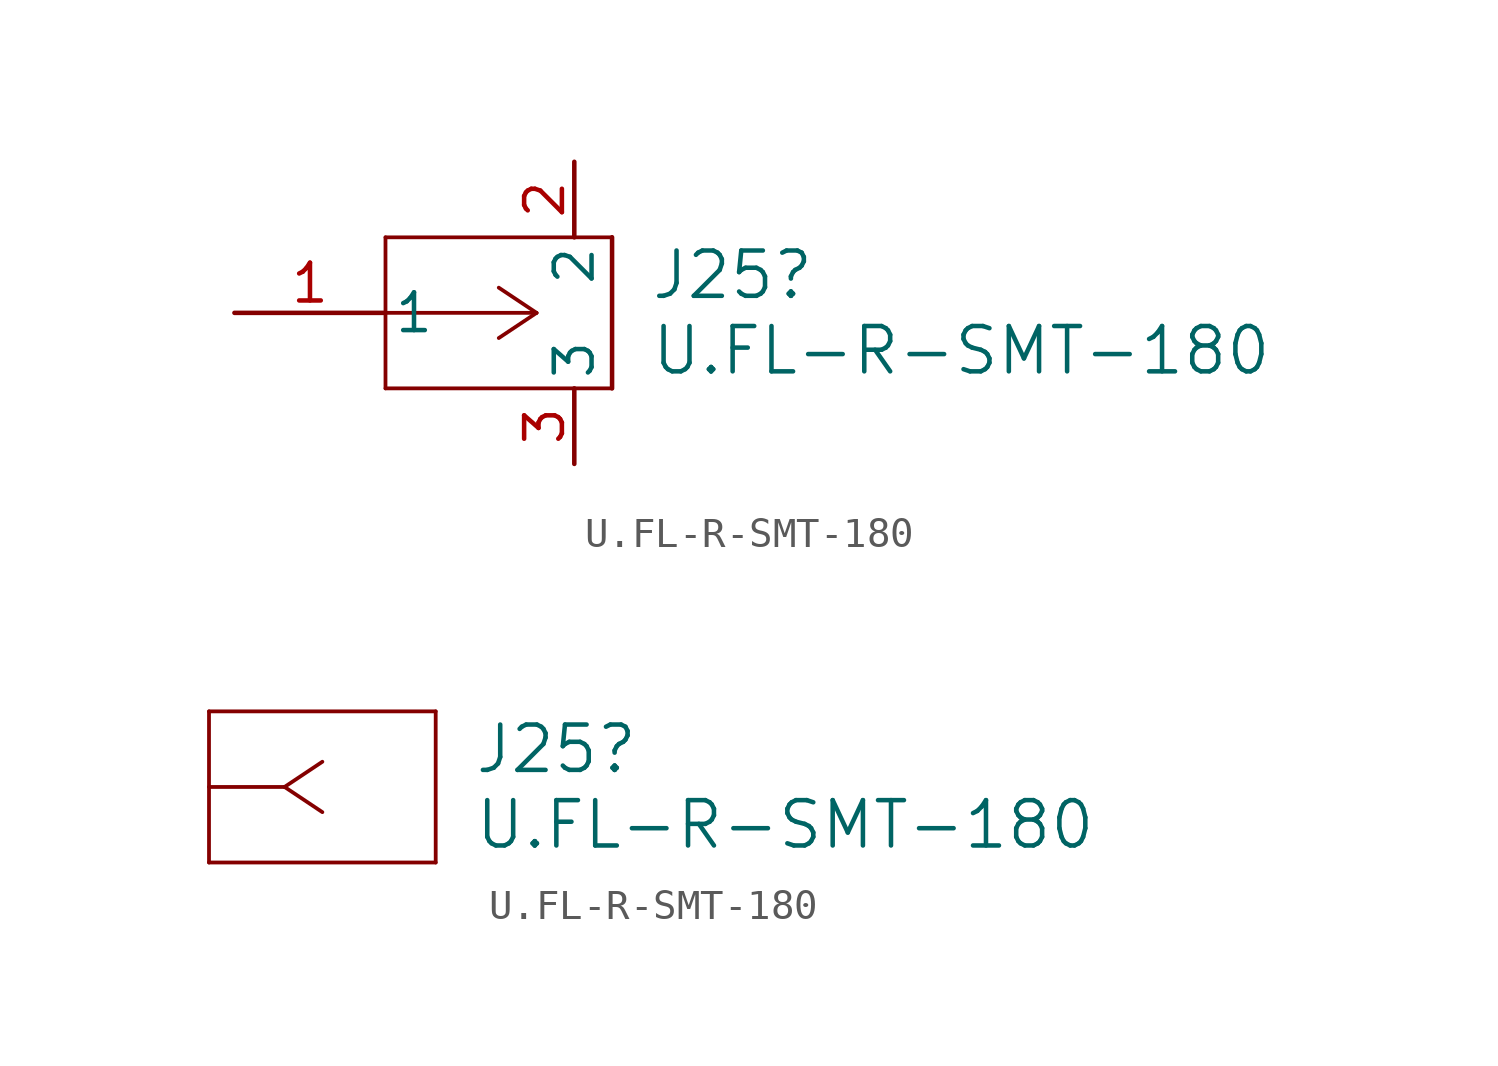
<source format=kicad_sym>
(kicad_symbol_lib
  (version 20231120)
  (generator "kicad_symbol_editor")
  (generator_version "8.0")
  (symbol "U.FL-R-SMT-180"
    (pin_names
      (offset 0.254))
    (property "Reference" "J25"
      (at 13.97 1.27 0)
      (effects (font (size 1.524 1.524)) (justify left)))
    (property "Value" "U.FL-R-SMT-180"
      (at 13.97 -1.27 0)
      (effects (font (size 1.524 1.524)) (justify left)))
    (property "ki_locked" ""
      (at 0 0 0)
      (effects (font (size 1.27 1.27))))
    (symbol "U.FL-R-SMT-180_1_1"
      (polyline (pts (xy 5.08 -2.54) (xy 12.7 -2.54)) (stroke (width 0.127) (type default)) (fill (type none)))
      (polyline (pts (xy 5.08 2.54) (xy 5.08 -2.54)) (stroke (width 0.127) (type default)) (fill (type none)))
      (polyline (pts (xy 10.16 0) (xy 5.08 0)) (stroke (width 0.127) (type default)) (fill (type none)))
      (polyline (pts (xy 10.16 0) (xy 8.89 -0.847)) (stroke (width 0.127) (type default)) (fill (type none)))
      (polyline (pts (xy 10.16 0) (xy 8.89 0.847)) (stroke (width 0.127) (type default)) (fill (type none)))
      (polyline (pts (xy 12.7 2.54) (xy 5.08 2.54)) (stroke (width 0.127) (type default)) (fill (type none)))
      (polyline (pts (xy 12.7 2.54) (xy 12.7 -2.54)) (stroke (width 0) (type default)) (fill (type none)))
      (polyline (pts (xy 12.7 2.54) (xy 12.7 2.54)) (stroke (width 0.127) (type default)) (fill (type none)))
      (pin passive line (at 0 0 0) (length 5.08) (name "1" (effects (font (size 1.27 1.27)))) (number "1" (effects (font (size 1.27 1.27)))))
      (pin passive line (at 11.43 5.08 270) (length 2.54) (name "2" (effects (font (size 1.27 1.27)))) (number "2" (effects (font (size 1.27 1.27)))))
      (pin passive line (at 11.43 -5.08 90) (length 2.54) (name "3" (effects (font (size 1.27 1.27)))) (number "3" (effects (font (size 1.27 1.27))))))
    (symbol "U.FL-R-SMT-180_1_2"
      (polyline (pts (xy 5.08 -2.54) (xy 12.7 -2.54)) (stroke (width 0.127) (type default)) (fill (type none)))
      (polyline (pts (xy 5.08 2.54) (xy 5.08 -2.54)) (stroke (width 0.127) (type default)) (fill (type none)))
      (polyline (pts (xy 7.62 0) (xy 5.08 0)) (stroke (width 0.127) (type default)) (fill (type none)))
      (polyline (pts (xy 7.62 0) (xy 8.89 -0.847)) (stroke (width 0.127) (type default)) (fill (type none)))
      (polyline (pts (xy 7.62 0) (xy 8.89 0.847)) (stroke (width 0.127) (type default)) (fill (type none)))
      (polyline (pts (xy 12.7 -2.54) (xy 12.7 2.54)) (stroke (width 0.127) (type default)) (fill (type none)))
      (polyline (pts (xy 12.7 2.54) (xy 5.08 2.54)) (stroke (width 0.127) (type default)) (fill (type none))))))
</source>
